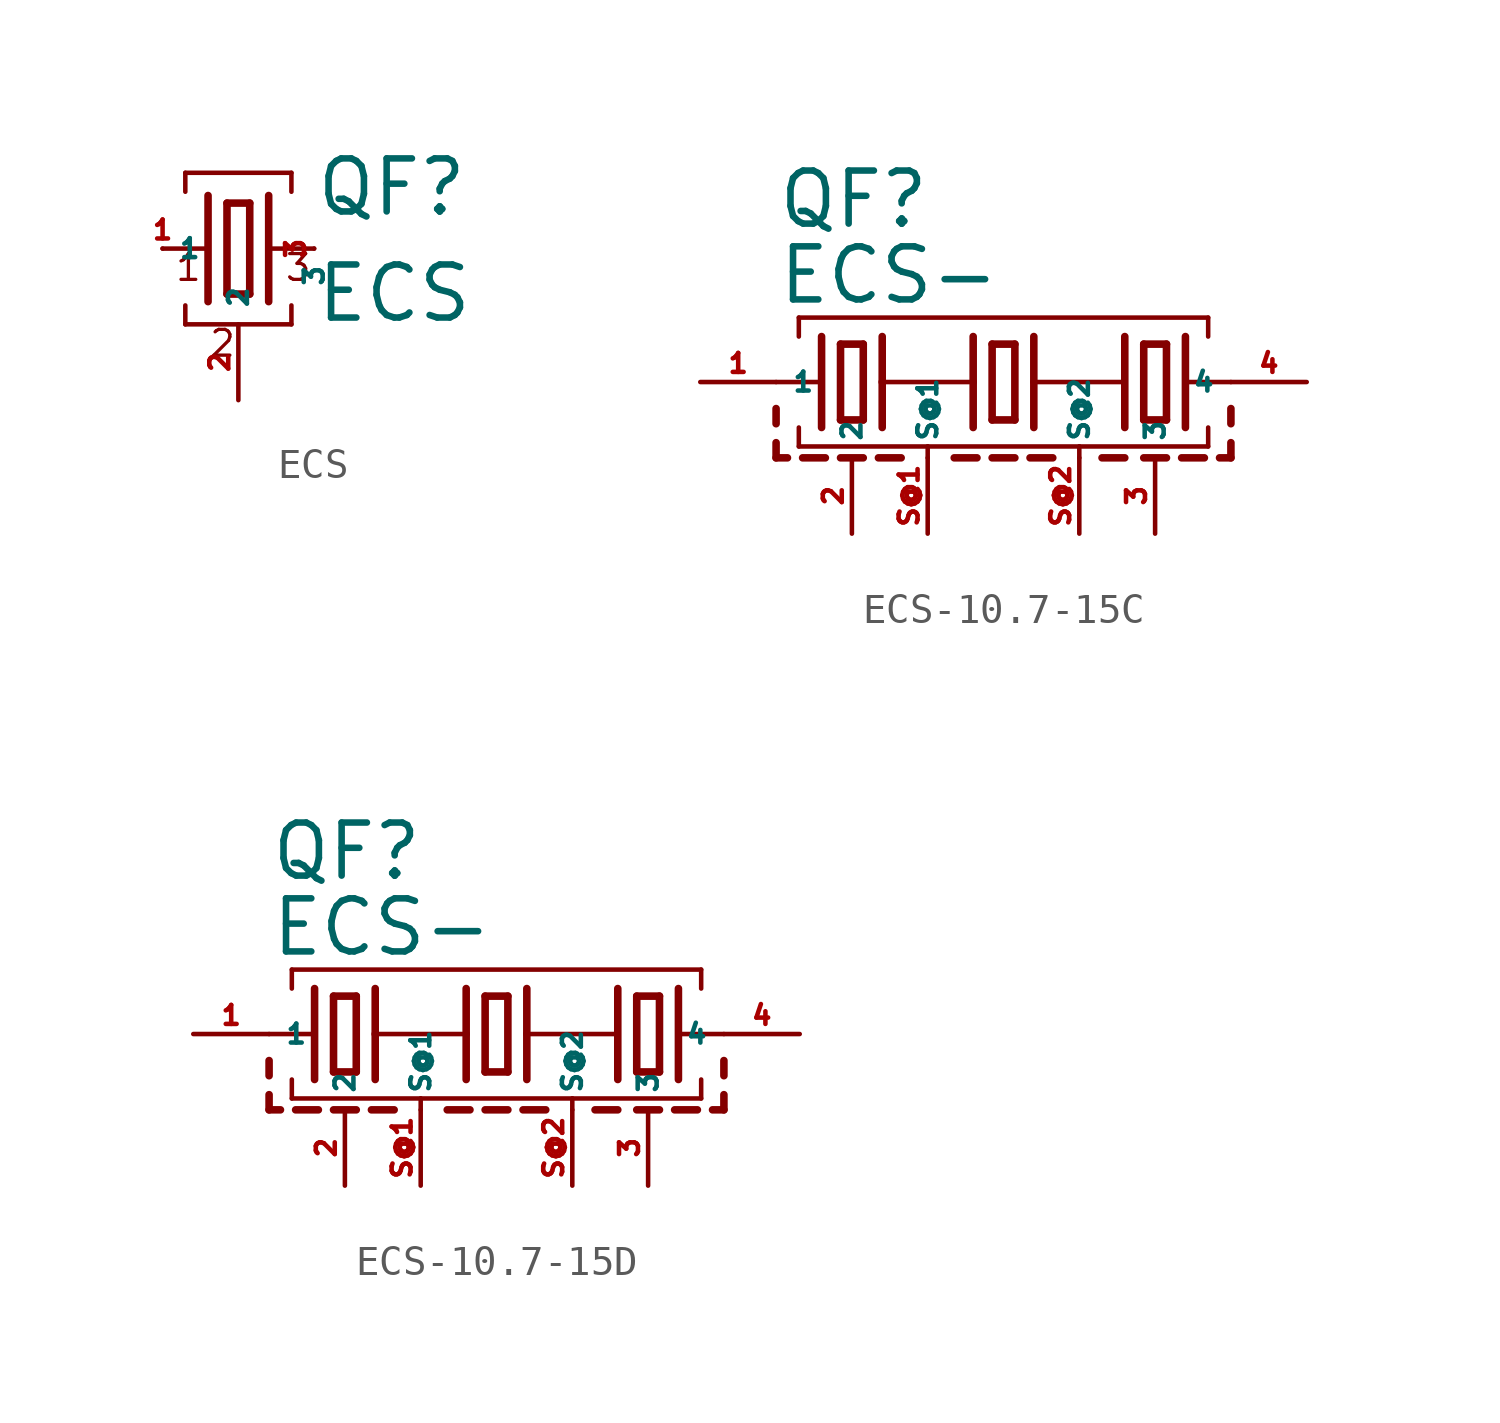
<source format=kicad_sym>
(kicad_symbol_lib
  (version 20220914)
  (generator Eagle2Kicad)
  (symbol "ECS"
    (property "Reference" "QF"
      (at 2.54 1.016 0)
      (effects (font (size 1.778 1.778) (thickness 0.22)) (justify left bottom)))
    (property "Value" "ECS"
      (at 2.54 -2.54 0)
      (effects (font (size 1.778 1.778) (thickness 0.22)) (justify left bottom)))
    (polyline
      (pts (xy 1.016 0) (xy 2.54 0))
      (stroke (width 0.152) (type default))
      (fill (type none)))
    (polyline
      (pts (xy -2.54 0) (xy -1.016 0))
      (stroke (width 0.152) (type default))
      (fill (type none)))
    (polyline
      (pts (xy -0.381 1.524) (xy -0.381 -1.524))
      (stroke (width 0.254) (type default))
      (fill (type none)))
    (polyline
      (pts (xy -0.381 -1.524) (xy 0.381 -1.524))
      (stroke (width 0.254) (type default))
      (fill (type none)))
    (polyline
      (pts (xy 0.381 -1.524) (xy 0.381 1.524))
      (stroke (width 0.254) (type default))
      (fill (type none)))
    (polyline
      (pts (xy 0.381 1.524) (xy -0.381 1.524))
      (stroke (width 0.254) (type default))
      (fill (type none)))
    (polyline
      (pts (xy 1.016 1.778) (xy 1.016 -1.778))
      (stroke (width 0.254) (type default))
      (fill (type none)))
    (polyline
      (pts (xy -1.016 1.778) (xy -1.016 -1.778))
      (stroke (width 0.254) (type default))
      (fill (type none)))
    (polyline
      (pts (xy -1.778 1.905) (xy -1.778 2.54))
      (stroke (width 0.152) (type default))
      (fill (type none)))
    (polyline
      (pts (xy -1.778 2.54) (xy 1.778 2.54))
      (stroke (width 0.152) (type default))
      (fill (type none)))
    (polyline
      (pts (xy 1.778 2.54) (xy 1.778 1.905))
      (stroke (width 0.152) (type default))
      (fill (type none)))
    (polyline
      (pts (xy 1.778 -1.905) (xy 1.778 -2.54))
      (stroke (width 0.152) (type default))
      (fill (type none)))
    (polyline
      (pts (xy -1.778 -2.54) (xy 1.778 -2.54))
      (stroke (width 0.152) (type default))
      (fill (type none)))
    (polyline
      (pts (xy -1.778 -2.54) (xy -1.778 -1.905))
      (stroke (width 0.152) (type default))
      (fill (type none)))
    (text "1"
      (at -2.159 -1.143 0)
      (effects (font (size 0.864 0.864) (thickness 0.11)) (justify left bottom)))
    (text "2"
      (at -1.016 -3.683 0)
      (effects (font (size 0.864 0.864) (thickness 0.11)) (justify left bottom)))
    (text "3"
      (at 1.524 -1.143 0)
      (effects (font (size 0.864 0.864) (thickness 0.11)) (justify left bottom)))
    (pin passive line
      (at 2.54 0 270)
      (length 0)
      (name "3" (effects (font (size 0.635 0.635) (thickness 0.08)) (justify left bottom)))
      (number "3" (effects (font (size 0.635 0.635) (thickness 0.08)) (justify left bottom))))
    (pin passive line
      (at -2.54 0 0)
      (length 0)
      (name "1" (effects (font (size 0.635 0.635) (thickness 0.08)) (justify left bottom)))
      (number "1" (effects (font (size 0.635 0.635) (thickness 0.08)) (justify left bottom))))
    (pin passive line
      (at 0 -5.08 90)
      (length 2.54)
      (name "2" (effects (font (size 0.635 0.635) (thickness 0.08)) (justify left bottom)))
      (number "2" (effects (font (size 0.635 0.635) (thickness 0.08)) (justify left bottom)))))
  (symbol "ECS-10.7-15C"
    (property "Reference" "QF"
      (at -7.62 5.08 0)
      (effects (font (size 1.778 1.778) (thickness 0.22)) (justify left bottom)))
    (property "Value" "ECS-"
      (at -7.62 2.54 0)
      (effects (font (size 1.778 1.778) (thickness 0.22)) (justify left bottom)))
    (polyline
      (pts (xy 6.096 0) (xy 7.62 0))
      (stroke (width 0.152) (type default))
      (fill (type none)))
    (polyline
      (pts (xy -7.62 0) (xy -6.096 0))
      (stroke (width 0.152) (type default))
      (fill (type none)))
    (polyline
      (pts (xy -0.381 1.27) (xy -0.381 -1.27))
      (stroke (width 0.254) (type default))
      (fill (type none)))
    (polyline
      (pts (xy -0.381 -1.27) (xy 0.381 -1.27))
      (stroke (width 0.254) (type default))
      (fill (type none)))
    (polyline
      (pts (xy 0.381 -1.27) (xy 0.381 1.27))
      (stroke (width 0.254) (type default))
      (fill (type none)))
    (polyline
      (pts (xy 0.381 1.27) (xy -0.381 1.27))
      (stroke (width 0.254) (type default))
      (fill (type none)))
    (polyline
      (pts (xy 6.096 1.524) (xy 6.096 -1.524))
      (stroke (width 0.254) (type default))
      (fill (type none)))
    (polyline
      (pts (xy -6.096 1.524) (xy -6.096 -1.524))
      (stroke (width 0.254) (type default))
      (fill (type none)))
    (polyline
      (pts (xy -6.858 1.524) (xy -6.858 2.159))
      (stroke (width 0.152) (type default))
      (fill (type none)))
    (polyline
      (pts (xy -6.858 2.159) (xy 6.858 2.159))
      (stroke (width 0.152) (type default))
      (fill (type none)))
    (polyline
      (pts (xy 6.858 2.159) (xy 6.858 1.524))
      (stroke (width 0.152) (type default))
      (fill (type none)))
    (polyline
      (pts (xy 6.858 -1.524) (xy 6.858 -2.159))
      (stroke (width 0.152) (type default))
      (fill (type none)))
    (polyline
      (pts (xy -6.858 -2.159) (xy -2.54 -2.159))
      (stroke (width 0.152) (type default))
      (fill (type none)))
    (polyline
      (pts (xy -2.54 -2.159) (xy 2.54 -2.159))
      (stroke (width 0.152) (type default))
      (fill (type none)))
    (polyline
      (pts (xy 2.54 -2.159) (xy 6.858 -2.159))
      (stroke (width 0.152) (type default))
      (fill (type none)))
    (polyline
      (pts (xy -6.858 -2.159) (xy -6.858 -1.524))
      (stroke (width 0.152) (type default))
      (fill (type none)))
    (polyline
      (pts (xy -1.016 1.524) (xy -1.016 0))
      (stroke (width 0.254) (type default))
      (fill (type none)))
    (polyline
      (pts (xy -1.016 0) (xy -1.016 -1.524))
      (stroke (width 0.254) (type default))
      (fill (type none)))
    (polyline
      (pts (xy 1.016 1.524) (xy 1.016 0))
      (stroke (width 0.254) (type default))
      (fill (type none)))
    (polyline
      (pts (xy 1.016 0) (xy 1.016 -1.524))
      (stroke (width 0.254) (type default))
      (fill (type none)))
    (polyline
      (pts (xy -4.699 1.27) (xy -5.461 1.27))
      (stroke (width 0.254) (type default))
      (fill (type none)))
    (polyline
      (pts (xy -5.461 -1.27) (xy -4.699 -1.27))
      (stroke (width 0.254) (type default))
      (fill (type none)))
    (polyline
      (pts (xy -5.461 1.27) (xy -5.461 -1.27))
      (stroke (width 0.254) (type default))
      (fill (type none)))
    (polyline
      (pts (xy -4.699 -1.27) (xy -4.699 1.27))
      (stroke (width 0.254) (type default))
      (fill (type none)))
    (polyline
      (pts (xy 5.461 -1.27) (xy 5.461 1.27))
      (stroke (width 0.254) (type default))
      (fill (type none)))
    (polyline
      (pts (xy 4.699 1.27) (xy 4.699 -1.27))
      (stroke (width 0.254) (type default))
      (fill (type none)))
    (polyline
      (pts (xy 5.461 1.27) (xy 4.699 1.27))
      (stroke (width 0.254) (type default))
      (fill (type none)))
    (polyline
      (pts (xy 4.699 -1.27) (xy 5.461 -1.27))
      (stroke (width 0.254) (type default))
      (fill (type none)))
    (polyline
      (pts (xy 4.064 1.524) (xy 4.064 -1.524))
      (stroke (width 0.254) (type default))
      (fill (type none)))
    (polyline
      (pts (xy -4.064 1.524) (xy -4.064 0))
      (stroke (width 0.254) (type default))
      (fill (type none)))
    (polyline
      (pts (xy -4.064 0) (xy -4.064 -1.524))
      (stroke (width 0.254) (type default))
      (fill (type none)))
    (polyline
      (pts (xy -4.064 0) (xy -1.016 0))
      (stroke (width 0.152) (type default))
      (fill (type none)))
    (polyline
      (pts (xy 1.016 0) (xy 4.064 0))
      (stroke (width 0.152) (type default))
      (fill (type none)))
    (polyline
      (pts (xy -7.62 -2.032) (xy -7.62 -2.54))
      (stroke (width 0.254) (type default))
      (fill (type none)))
    (polyline
      (pts (xy -7.62 -2.54) (xy -7.239 -2.54))
      (stroke (width 0.254) (type default))
      (fill (type none)))
    (polyline
      (pts (xy -5.461 -2.54) (xy -4.699 -2.54))
      (stroke (width 0.254) (type default))
      (fill (type none)))
    (polyline
      (pts (xy -6.731 -2.54) (xy -5.969 -2.54))
      (stroke (width 0.254) (type default))
      (fill (type none)))
    (polyline
      (pts (xy 4.699 -2.54) (xy 5.461 -2.54))
      (stroke (width 0.254) (type default))
      (fill (type none)))
    (polyline
      (pts (xy -4.191 -2.54) (xy -3.429 -2.54))
      (stroke (width 0.254) (type default))
      (fill (type none)))
    (polyline
      (pts (xy -1.651 -2.54) (xy -0.889 -2.54))
      (stroke (width 0.254) (type default))
      (fill (type none)))
    (polyline
      (pts (xy -0.381 -2.54) (xy 0.381 -2.54))
      (stroke (width 0.254) (type default))
      (fill (type none)))
    (polyline
      (pts (xy 0.889 -2.54) (xy 1.651 -2.54))
      (stroke (width 0.254) (type default))
      (fill (type none)))
    (polyline
      (pts (xy 3.302 -2.54) (xy 4.064 -2.54))
      (stroke (width 0.254) (type default))
      (fill (type none)))
    (polyline
      (pts (xy -2.54 -2.54) (xy -2.54 -2.159))
      (stroke (width 0.152) (type default))
      (fill (type none)))
    (polyline
      (pts (xy 2.54 -2.54) (xy 2.54 -2.159))
      (stroke (width 0.152) (type default))
      (fill (type none)))
    (polyline
      (pts (xy 7.62 -2.54) (xy 7.239 -2.54))
      (stroke (width 0.254) (type default))
      (fill (type none)))
    (polyline
      (pts (xy 6.731 -2.54) (xy 5.969 -2.54))
      (stroke (width 0.254) (type default))
      (fill (type none)))
    (polyline
      (pts (xy 7.62 -2.032) (xy 7.62 -2.54))
      (stroke (width 0.254) (type default))
      (fill (type none)))
    (polyline
      (pts (xy -7.62 -0.889) (xy -7.62 -1.397))
      (stroke (width 0.254) (type default))
      (fill (type none)))
    (polyline
      (pts (xy 7.62 -0.889) (xy 7.62 -1.397))
      (stroke (width 0.254) (type default))
      (fill (type none)))
    (pin passive line
      (at 10.16 0 180)
      (length 2.54)
      (name "4" (effects (font (size 0.635 0.635) (thickness 0.08)) (justify left bottom)))
      (number "4" (effects (font (size 0.635 0.635) (thickness 0.08)) (justify left bottom))))
    (pin passive line
      (at -10.16 0 0)
      (length 2.54)
      (name "1" (effects (font (size 0.635 0.635) (thickness 0.08)) (justify left bottom)))
      (number "1" (effects (font (size 0.635 0.635) (thickness 0.08)) (justify left bottom))))
    (pin passive line
      (at -5.08 -5.08 90)
      (length 2.54)
      (name "2" (effects (font (size 0.635 0.635) (thickness 0.08)) (justify left bottom)))
      (number "2" (effects (font (size 0.635 0.635) (thickness 0.08)) (justify left bottom))))
    (pin passive line
      (at 5.08 -5.08 90)
      (length 2.54)
      (name "3" (effects (font (size 0.635 0.635) (thickness 0.08)) (justify left bottom)))
      (number "3" (effects (font (size 0.635 0.635) (thickness 0.08)) (justify left bottom))))
    (pin passive line
      (at -2.54 -5.08 90)
      (length 2.54)
      (name "S@1" (effects (font (size 0.635 0.635) (thickness 0.08)) (justify left bottom)))
      (number "S@1" (effects (font (size 0.635 0.635) (thickness 0.08)) (justify left bottom))))
    (pin passive line
      (at 2.54 -5.08 90)
      (length 2.54)
      (name "S@2" (effects (font (size 0.635 0.635) (thickness 0.08)) (justify left bottom)))
      (number "S@2" (effects (font (size 0.635 0.635) (thickness 0.08)) (justify left bottom)))))
  (symbol "ECS-10.7-15D"
    (property "Reference" "QF"
      (at -7.62 5.08 0)
      (effects (font (size 1.778 1.778) (thickness 0.22)) (justify left bottom)))
    (property "Value" "ECS-"
      (at -7.62 2.54 0)
      (effects (font (size 1.778 1.778) (thickness 0.22)) (justify left bottom)))
    (polyline
      (pts (xy 6.096 0) (xy 7.62 0))
      (stroke (width 0.152) (type default))
      (fill (type none)))
    (polyline
      (pts (xy -7.62 0) (xy -6.096 0))
      (stroke (width 0.152) (type default))
      (fill (type none)))
    (polyline
      (pts (xy -0.381 1.27) (xy -0.381 -1.27))
      (stroke (width 0.254) (type default))
      (fill (type none)))
    (polyline
      (pts (xy -0.381 -1.27) (xy 0.381 -1.27))
      (stroke (width 0.254) (type default))
      (fill (type none)))
    (polyline
      (pts (xy 0.381 -1.27) (xy 0.381 1.27))
      (stroke (width 0.254) (type default))
      (fill (type none)))
    (polyline
      (pts (xy 0.381 1.27) (xy -0.381 1.27))
      (stroke (width 0.254) (type default))
      (fill (type none)))
    (polyline
      (pts (xy 6.096 1.524) (xy 6.096 -1.524))
      (stroke (width 0.254) (type default))
      (fill (type none)))
    (polyline
      (pts (xy -6.096 1.524) (xy -6.096 -1.524))
      (stroke (width 0.254) (type default))
      (fill (type none)))
    (polyline
      (pts (xy -6.858 1.524) (xy -6.858 2.159))
      (stroke (width 0.152) (type default))
      (fill (type none)))
    (polyline
      (pts (xy -6.858 2.159) (xy 6.858 2.159))
      (stroke (width 0.152) (type default))
      (fill (type none)))
    (polyline
      (pts (xy 6.858 2.159) (xy 6.858 1.524))
      (stroke (width 0.152) (type default))
      (fill (type none)))
    (polyline
      (pts (xy 6.858 -1.524) (xy 6.858 -2.159))
      (stroke (width 0.152) (type default))
      (fill (type none)))
    (polyline
      (pts (xy -6.858 -2.159) (xy -2.54 -2.159))
      (stroke (width 0.152) (type default))
      (fill (type none)))
    (polyline
      (pts (xy -2.54 -2.159) (xy 2.54 -2.159))
      (stroke (width 0.152) (type default))
      (fill (type none)))
    (polyline
      (pts (xy 2.54 -2.159) (xy 6.858 -2.159))
      (stroke (width 0.152) (type default))
      (fill (type none)))
    (polyline
      (pts (xy -6.858 -2.159) (xy -6.858 -1.524))
      (stroke (width 0.152) (type default))
      (fill (type none)))
    (polyline
      (pts (xy -1.016 1.524) (xy -1.016 0))
      (stroke (width 0.254) (type default))
      (fill (type none)))
    (polyline
      (pts (xy -1.016 0) (xy -1.016 -1.524))
      (stroke (width 0.254) (type default))
      (fill (type none)))
    (polyline
      (pts (xy 1.016 1.524) (xy 1.016 0))
      (stroke (width 0.254) (type default))
      (fill (type none)))
    (polyline
      (pts (xy 1.016 0) (xy 1.016 -1.524))
      (stroke (width 0.254) (type default))
      (fill (type none)))
    (polyline
      (pts (xy -4.699 1.27) (xy -5.461 1.27))
      (stroke (width 0.254) (type default))
      (fill (type none)))
    (polyline
      (pts (xy -5.461 -1.27) (xy -4.699 -1.27))
      (stroke (width 0.254) (type default))
      (fill (type none)))
    (polyline
      (pts (xy -5.461 1.27) (xy -5.461 -1.27))
      (stroke (width 0.254) (type default))
      (fill (type none)))
    (polyline
      (pts (xy -4.699 -1.27) (xy -4.699 1.27))
      (stroke (width 0.254) (type default))
      (fill (type none)))
    (polyline
      (pts (xy 5.461 -1.27) (xy 5.461 1.27))
      (stroke (width 0.254) (type default))
      (fill (type none)))
    (polyline
      (pts (xy 4.699 1.27) (xy 4.699 -1.27))
      (stroke (width 0.254) (type default))
      (fill (type none)))
    (polyline
      (pts (xy 5.461 1.27) (xy 4.699 1.27))
      (stroke (width 0.254) (type default))
      (fill (type none)))
    (polyline
      (pts (xy 4.699 -1.27) (xy 5.461 -1.27))
      (stroke (width 0.254) (type default))
      (fill (type none)))
    (polyline
      (pts (xy 4.064 1.524) (xy 4.064 -1.524))
      (stroke (width 0.254) (type default))
      (fill (type none)))
    (polyline
      (pts (xy -4.064 1.524) (xy -4.064 0))
      (stroke (width 0.254) (type default))
      (fill (type none)))
    (polyline
      (pts (xy -4.064 0) (xy -4.064 -1.524))
      (stroke (width 0.254) (type default))
      (fill (type none)))
    (polyline
      (pts (xy -4.064 0) (xy -1.016 0))
      (stroke (width 0.152) (type default))
      (fill (type none)))
    (polyline
      (pts (xy 1.016 0) (xy 4.064 0))
      (stroke (width 0.152) (type default))
      (fill (type none)))
    (polyline
      (pts (xy -7.62 -2.032) (xy -7.62 -2.54))
      (stroke (width 0.254) (type default))
      (fill (type none)))
    (polyline
      (pts (xy -7.62 -2.54) (xy -7.239 -2.54))
      (stroke (width 0.254) (type default))
      (fill (type none)))
    (polyline
      (pts (xy -5.461 -2.54) (xy -4.699 -2.54))
      (stroke (width 0.254) (type default))
      (fill (type none)))
    (polyline
      (pts (xy -6.731 -2.54) (xy -5.969 -2.54))
      (stroke (width 0.254) (type default))
      (fill (type none)))
    (polyline
      (pts (xy 4.699 -2.54) (xy 5.461 -2.54))
      (stroke (width 0.254) (type default))
      (fill (type none)))
    (polyline
      (pts (xy -4.191 -2.54) (xy -3.429 -2.54))
      (stroke (width 0.254) (type default))
      (fill (type none)))
    (polyline
      (pts (xy -1.651 -2.54) (xy -0.889 -2.54))
      (stroke (width 0.254) (type default))
      (fill (type none)))
    (polyline
      (pts (xy -0.381 -2.54) (xy 0.381 -2.54))
      (stroke (width 0.254) (type default))
      (fill (type none)))
    (polyline
      (pts (xy 0.889 -2.54) (xy 1.651 -2.54))
      (stroke (width 0.254) (type default))
      (fill (type none)))
    (polyline
      (pts (xy 3.302 -2.54) (xy 4.064 -2.54))
      (stroke (width 0.254) (type default))
      (fill (type none)))
    (polyline
      (pts (xy -2.54 -2.54) (xy -2.54 -2.159))
      (stroke (width 0.152) (type default))
      (fill (type none)))
    (polyline
      (pts (xy 2.54 -2.54) (xy 2.54 -2.159))
      (stroke (width 0.152) (type default))
      (fill (type none)))
    (polyline
      (pts (xy 7.62 -2.54) (xy 7.239 -2.54))
      (stroke (width 0.254) (type default))
      (fill (type none)))
    (polyline
      (pts (xy 6.731 -2.54) (xy 5.969 -2.54))
      (stroke (width 0.254) (type default))
      (fill (type none)))
    (polyline
      (pts (xy 7.62 -2.032) (xy 7.62 -2.54))
      (stroke (width 0.254) (type default))
      (fill (type none)))
    (polyline
      (pts (xy -7.62 -0.889) (xy -7.62 -1.397))
      (stroke (width 0.254) (type default))
      (fill (type none)))
    (polyline
      (pts (xy 7.62 -0.889) (xy 7.62 -1.397))
      (stroke (width 0.254) (type default))
      (fill (type none)))
    (pin passive line
      (at 10.16 0 180)
      (length 2.54)
      (name "4" (effects (font (size 0.635 0.635) (thickness 0.08)) (justify left bottom)))
      (number "4" (effects (font (size 0.635 0.635) (thickness 0.08)) (justify left bottom))))
    (pin passive line
      (at -10.16 0 0)
      (length 2.54)
      (name "1" (effects (font (size 0.635 0.635) (thickness 0.08)) (justify left bottom)))
      (number "1" (effects (font (size 0.635 0.635) (thickness 0.08)) (justify left bottom))))
    (pin passive line
      (at -5.08 -5.08 90)
      (length 2.54)
      (name "2" (effects (font (size 0.635 0.635) (thickness 0.08)) (justify left bottom)))
      (number "2" (effects (font (size 0.635 0.635) (thickness 0.08)) (justify left bottom))))
    (pin passive line
      (at 5.08 -5.08 90)
      (length 2.54)
      (name "3" (effects (font (size 0.635 0.635) (thickness 0.08)) (justify left bottom)))
      (number "3" (effects (font (size 0.635 0.635) (thickness 0.08)) (justify left bottom))))
    (pin passive line
      (at -2.54 -5.08 90)
      (length 2.54)
      (name "S@1" (effects (font (size 0.635 0.635) (thickness 0.08)) (justify left bottom)))
      (number "S@1" (effects (font (size 0.635 0.635) (thickness 0.08)) (justify left bottom))))
    (pin passive line
      (at 2.54 -5.08 90)
      (length 2.54)
      (name "S@2" (effects (font (size 0.635 0.635) (thickness 0.08)) (justify left bottom)))
      (number "S@2" (effects (font (size 0.635 0.635) (thickness 0.08)) (justify left bottom))))))
</source>
